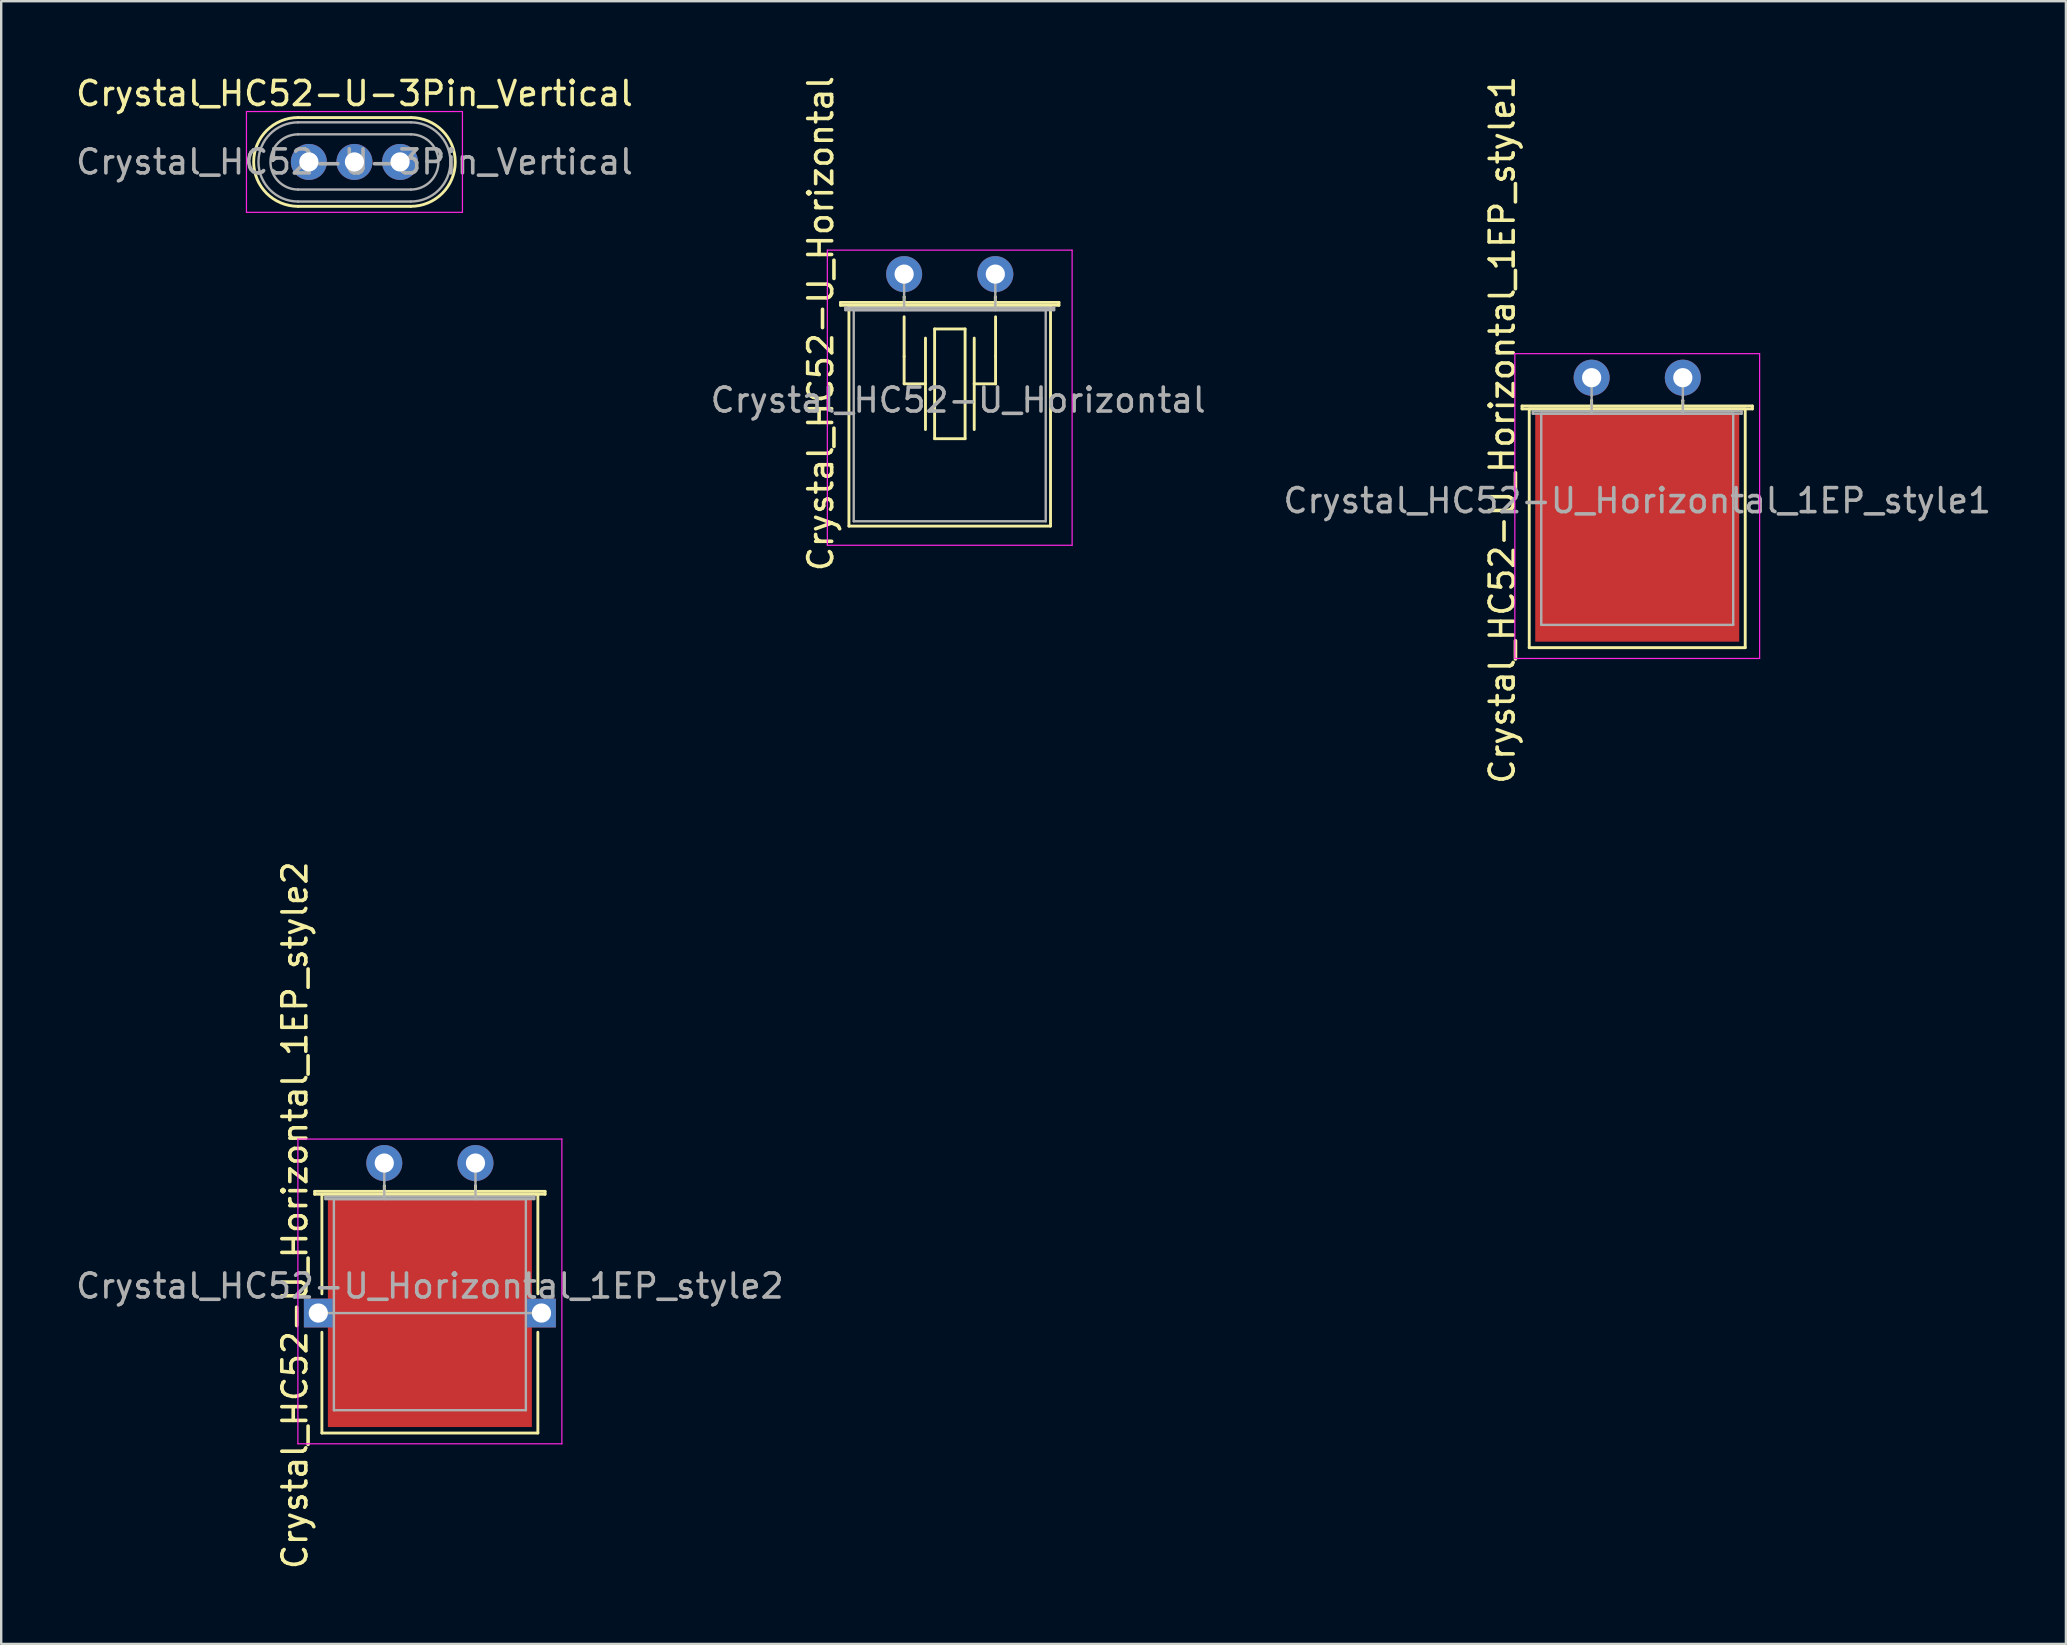
<source format=kicad_pcb>
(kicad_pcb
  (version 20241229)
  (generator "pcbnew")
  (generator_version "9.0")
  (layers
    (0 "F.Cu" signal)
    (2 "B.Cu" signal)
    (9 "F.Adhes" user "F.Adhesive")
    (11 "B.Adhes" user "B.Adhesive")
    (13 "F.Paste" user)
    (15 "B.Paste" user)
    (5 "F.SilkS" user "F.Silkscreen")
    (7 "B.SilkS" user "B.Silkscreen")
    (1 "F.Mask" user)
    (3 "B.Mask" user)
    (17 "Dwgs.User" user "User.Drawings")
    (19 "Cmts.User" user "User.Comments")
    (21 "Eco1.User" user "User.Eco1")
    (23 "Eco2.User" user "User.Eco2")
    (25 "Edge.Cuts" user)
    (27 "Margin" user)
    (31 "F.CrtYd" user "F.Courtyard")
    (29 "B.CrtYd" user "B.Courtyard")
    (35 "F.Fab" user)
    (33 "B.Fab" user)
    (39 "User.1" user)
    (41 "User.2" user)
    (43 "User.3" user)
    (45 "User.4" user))
  (footprint "Crystal_HC52-U_Horizontal_1EP_style1"
    (layer "F.Cu")
    (at 63.273 12.688)
    (property "Reference" "Crystal_HC52-U_Horizontal_1EP_style1" (at -3.725 2.175 90) (layer "F.SilkS") (effects (font (size 1 1) (thickness 0.15))))
    (attr through_hole)
    (fp_line (start -2.9 1.18) (end 6.7 1.18) (stroke (width 0.12) (type solid)) (layer "F.SilkS"))
    (fp_line (start -2.9 1.3) (end -2.9 1.18) (stroke (width 0.12) (type solid)) (layer "F.SilkS"))
    (fp_line (start -2.6 1.3) (end -2.6 11.25) (stroke (width 0.12) (type solid)) (layer "F.SilkS"))
    (fp_line (start -2.6 11.25) (end 6.4 11.25) (stroke (width 0.12) (type solid)) (layer "F.SilkS"))
    (fp_line (start 0 0.95) (end 0 0.95) (stroke (width 0.12) (type solid)) (layer "F.SilkS"))
    (fp_line (start 0 1.3) (end 0 0.95) (stroke (width 0.12) (type solid)) (layer "F.SilkS"))
    (fp_line (start 3.8 0.95) (end 3.8 0.95) (stroke (width 0.12) (type solid)) (layer "F.SilkS"))
    (fp_line (start 3.8 1.3) (end 3.8 0.95) (stroke (width 0.12) (type solid)) (layer "F.SilkS"))
    (fp_line (start 6.35 1.3) (end -2.55 1.3) (stroke (width 0.12) (type solid)) (layer "F.SilkS"))
    (fp_line (start 6.4 11.25) (end 6.4 1.3) (stroke (width 0.12) (type solid)) (layer "F.SilkS"))
    (fp_line (start 6.7 1.18) (end 6.7 1.3) (stroke (width 0.12) (type solid)) (layer "F.SilkS"))
    (fp_line (start 6.7 1.3) (end -2.9 1.3) (stroke (width 0.12) (type solid)) (layer "F.SilkS"))
    (fp_line (start -3.2 -1) (end -3.2 11.7) (stroke (width 0.05) (type solid)) (layer "F.CrtYd"))
    (fp_line (start -3.2 11.7) (end 7 11.7) (stroke (width 0.05) (type solid)) (layer "F.CrtYd"))
    (fp_line (start 7 -1) (end -3.2 -1) (stroke (width 0.05) (type solid)) (layer "F.CrtYd"))
    (fp_line (start 7 11.7) (end 7 -1) (stroke (width 0.05) (type solid)) (layer "F.CrtYd"))
    (fp_line (start -2.45 1.4) (end 6.25 1.4) (stroke (width 0.1) (type solid)) (layer "F.Fab"))
    (fp_line (start -2.45 1.5) (end -2.45 1.4) (stroke (width 0.1) (type solid)) (layer "F.Fab"))
    (fp_line (start -2.1 1.5) (end -2.1 10.3) (stroke (width 0.1) (type solid)) (layer "F.Fab"))
    (fp_line (start -2.1 10.3) (end 5.9 10.3) (stroke (width 0.1) (type solid)) (layer "F.Fab"))
    (fp_line (start 0 0.75) (end 0 0) (stroke (width 0.1) (type solid)) (layer "F.Fab"))
    (fp_line (start 0 1.5) (end 0 0.75) (stroke (width 0.1) (type solid)) (layer "F.Fab"))
    (fp_line (start 3.8 0.75) (end 3.8 0) (stroke (width 0.1) (type solid)) (layer "F.Fab"))
    (fp_line (start 3.8 1.5) (end 3.8 0.75) (stroke (width 0.1) (type solid)) (layer "F.Fab"))
    (fp_line (start 5.9 1.5) (end -2.1 1.5) (stroke (width 0.1) (type solid)) (layer "F.Fab"))
    (fp_line (start 5.9 10.3) (end 5.9 1.5) (stroke (width 0.1) (type solid)) (layer "F.Fab"))
    (fp_line (start 6.25 1.4) (end 6.25 1.5) (stroke (width 0.1) (type solid)) (layer "F.Fab"))
    (fp_line (start 6.25 1.5) (end -2.45 1.5) (stroke (width 0.1) (type solid)) (layer "F.Fab"))
    (fp_text user "${REFERENCE}" (at 1.9 5.125 0) (layer "F.Fab") (effects (font (size 1 1) (thickness 0.15))))
    (pad "1" thru_hole circle (at 0 0) (size 1.5 1.5) (drill 0.8) (layers "*.Cu" "*.Mask"))
    (pad "2" thru_hole circle (at 3.8 0) (size 1.5 1.5) (drill 0.8) (layers "*.Cu" "*.Mask"))
    (pad "3" smd rect (at 1.9 6.25) (size 8.5 9.5) (layers "F.Cu" "F.Mask" "F.Paste")))
  (footprint "Crystal_HC52-U-3Pin_Vertical"
    (layer "F.Cu")
    (at 9.82 3.698)
    (property "Reference" "Crystal_HC52-U-3Pin_Vertical" (at 1.9 -2.85 0) (layer "F.SilkS") (effects (font (size 1 1) (thickness 0.15))))
    (attr through_hole)
    (fp_line (start -0.45 -1.85) (end 4.25 -1.85) (stroke (width 0.12) (type solid)) (layer "F.SilkS"))
    (fp_line (start -0.45 1.85) (end 4.25 1.85) (stroke (width 0.12) (type solid)) (layer "F.SilkS"))
    (fp_arc (start -0.45 1.85) (mid -2.3 0) (end -0.45 -1.85) (stroke (width 0.12) (type solid)) (layer "F.SilkS"))
    (fp_arc (start 4.25 -1.85) (mid 6.1 0) (end 4.25 1.85) (stroke (width 0.12) (type solid)) (layer "F.SilkS"))
    (fp_line (start -2.6 -2.1) (end -2.6 2.1) (stroke (width 0.05) (type solid)) (layer "F.CrtYd"))
    (fp_line (start -2.6 2.1) (end 6.4 2.1) (stroke (width 0.05) (type solid)) (layer "F.CrtYd"))
    (fp_line (start 6.4 -2.1) (end -2.6 -2.1) (stroke (width 0.05) (type solid)) (layer "F.CrtYd"))
    (fp_line (start 6.4 2.1) (end 6.4 -2.1) (stroke (width 0.05) (type solid)) (layer "F.CrtYd"))
    (fp_line (start -0.45 -1.65) (end 4.25 -1.65) (stroke (width 0.1) (type solid)) (layer "F.Fab"))
    (fp_line (start -0.45 -1.15) (end 4.25 -1.15) (stroke (width 0.1) (type solid)) (layer "F.Fab"))
    (fp_line (start -0.45 1.15) (end 4.25 1.15) (stroke (width 0.1) (type solid)) (layer "F.Fab"))
    (fp_line (start -0.45 1.65) (end 4.25 1.65) (stroke (width 0.1) (type solid)) (layer "F.Fab"))
    (fp_arc (start -0.45 1.15) (mid -1.6 0) (end -0.45 -1.15) (stroke (width 0.1) (type solid)) (layer "F.Fab"))
    (fp_arc (start -0.45 1.65) (mid -2.1 0) (end -0.45 -1.65) (stroke (width 0.1) (type solid)) (layer "F.Fab"))
    (fp_arc (start 4.25 -1.65) (mid 5.9 0) (end 4.25 1.65) (stroke (width 0.1) (type solid)) (layer "F.Fab"))
    (fp_arc (start 4.25 -1.15) (mid 5.4 0) (end 4.25 1.15) (stroke (width 0.1) (type solid)) (layer "F.Fab"))
    (fp_text user "${REFERENCE}" (at 1.9 0 0) (layer "F.Fab") (effects (font (size 1 1) (thickness 0.15))))
    (pad "1" thru_hole circle (at 0 0) (size 1.5 1.5) (drill 0.8) (layers "*.Cu" "*.Mask"))
    (pad "2" thru_hole circle (at 1.9 0) (size 1.5 1.5) (drill 0.8) (layers "*.Cu" "*.Mask"))
    (pad "3" thru_hole circle (at 3.8 0) (size 1.5 1.5) (drill 0.8) (layers "*.Cu" "*.Mask")))
  (footprint "Crystal_HC52-U_Horizontal"
    (layer "F.Cu")
    (at 34.625 8.372)
    (property "Reference" "Crystal_HC52-U_Horizontal" (at -3.475 2.062 90) (layer "F.SilkS") (effects (font (size 1 1) (thickness 0.15))))
    (attr through_hole)
    (fp_line (start -2.65 1.18) (end 6.45 1.18) (stroke (width 0.12) (type solid)) (layer "F.SilkS"))
    (fp_line (start -2.65 1.3) (end -2.65 1.18) (stroke (width 0.12) (type solid)) (layer "F.SilkS"))
    (fp_line (start -2.3 1.3) (end -2.3 10.5) (stroke (width 0.12) (type solid)) (layer "F.SilkS"))
    (fp_line (start -2.3 10.5) (end 6.1 10.5) (stroke (width 0.12) (type solid)) (layer "F.SilkS"))
    (fp_line (start 0 0.95) (end 0 0.95) (stroke (width 0.12) (type solid)) (layer "F.SilkS"))
    (fp_line (start 0 1.3) (end 0 0.95) (stroke (width 0.12) (type solid)) (layer "F.SilkS"))
    (fp_line (start 0 1.778) (end 0 3.429) (stroke (width 0.12) (type solid)) (layer "F.SilkS"))
    (fp_line (start 0 3.429) (end 0 4.572) (stroke (width 0.12) (type solid)) (layer "F.SilkS"))
    (fp_line (start 0 4.572) (end 0.889 4.572) (stroke (width 0.12) (type solid)) (layer "F.SilkS"))
    (fp_line (start 0.889 4.572) (end 0.889 2.667) (stroke (width 0.12) (type solid)) (layer "F.SilkS"))
    (fp_line (start 0.889 6.477) (end 0.889 4.572) (stroke (width 0.12) (type solid)) (layer "F.SilkS"))
    (fp_line (start 1.27 2.286) (end 1.27 6.858) (stroke (width 0.12) (type solid)) (layer "F.SilkS"))
    (fp_line (start 1.27 6.858) (end 2.54 6.858) (stroke (width 0.12) (type solid)) (layer "F.SilkS"))
    (fp_line (start 2.54 2.286) (end 1.27 2.286) (stroke (width 0.12) (type solid)) (layer "F.SilkS"))
    (fp_line (start 2.54 6.858) (end 2.54 2.286) (stroke (width 0.12) (type solid)) (layer "F.SilkS"))
    (fp_line (start 2.921 2.667) (end 2.921 4.572) (stroke (width 0.12) (type solid)) (layer "F.SilkS"))
    (fp_line (start 2.921 4.572) (end 2.921 6.477) (stroke (width 0.12) (type solid)) (layer "F.SilkS"))
    (fp_line (start 3.8 0.95) (end 3.8 0.95) (stroke (width 0.12) (type solid)) (layer "F.SilkS"))
    (fp_line (start 3.8 1.3) (end 3.8 0.95) (stroke (width 0.12) (type solid)) (layer "F.SilkS"))
    (fp_line (start 3.81 1.778) (end 3.81 3.429) (stroke (width 0.12) (type solid)) (layer "F.SilkS"))
    (fp_line (start 3.81 3.429) (end 3.81 4.572) (stroke (width 0.12) (type solid)) (layer "F.SilkS"))
    (fp_line (start 3.81 4.572) (end 2.921 4.572) (stroke (width 0.12) (type solid)) (layer "F.SilkS"))
    (fp_line (start 6.1 1.3) (end -2.3 1.3) (stroke (width 0.12) (type solid)) (layer "F.SilkS"))
    (fp_line (start 6.1 10.5) (end 6.1 1.3) (stroke (width 0.12) (type solid)) (layer "F.SilkS"))
    (fp_line (start 6.45 1.18) (end 6.45 1.3) (stroke (width 0.12) (type solid)) (layer "F.SilkS"))
    (fp_line (start 6.45 1.3) (end -2.65 1.3) (stroke (width 0.12) (type solid)) (layer "F.SilkS"))
    (fp_line (start -3.2 -1) (end -3.2 11.3) (stroke (width 0.05) (type solid)) (layer "F.CrtYd"))
    (fp_line (start -3.2 11.3) (end 7 11.3) (stroke (width 0.05) (type solid)) (layer "F.CrtYd"))
    (fp_line (start 7 -1) (end -3.2 -1) (stroke (width 0.05) (type solid)) (layer "F.CrtYd"))
    (fp_line (start 7 11.3) (end 7 -1) (stroke (width 0.05) (type solid)) (layer "F.CrtYd"))
    (fp_line (start -2.45 1.4) (end 6.25 1.4) (stroke (width 0.1) (type solid)) (layer "F.Fab"))
    (fp_line (start -2.45 1.5) (end -2.45 1.4) (stroke (width 0.1) (type solid)) (layer "F.Fab"))
    (fp_line (start -2.1 1.5) (end -2.1 10.3) (stroke (width 0.1) (type solid)) (layer "F.Fab"))
    (fp_line (start -2.1 10.3) (end 5.9 10.3) (stroke (width 0.1) (type solid)) (layer "F.Fab"))
    (fp_line (start 0 0.75) (end 0 0) (stroke (width 0.1) (type solid)) (layer "F.Fab"))
    (fp_line (start 0 1.5) (end 0 0.75) (stroke (width 0.1) (type solid)) (layer "F.Fab"))
    (fp_line (start 3.8 0.75) (end 3.8 0) (stroke (width 0.1) (type solid)) (layer "F.Fab"))
    (fp_line (start 3.8 1.5) (end 3.8 0.75) (stroke (width 0.1) (type solid)) (layer "F.Fab"))
    (fp_line (start 5.9 1.5) (end -2.1 1.5) (stroke (width 0.1) (type solid)) (layer "F.Fab"))
    (fp_line (start 5.9 10.3) (end 5.9 1.5) (stroke (width 0.1) (type solid)) (layer "F.Fab"))
    (fp_line (start 6.25 1.4) (end 6.25 1.5) (stroke (width 0.1) (type solid)) (layer "F.Fab"))
    (fp_line (start 6.25 1.5) (end -2.45 1.5) (stroke (width 0.1) (type solid)) (layer "F.Fab"))
    (fp_text user "${REFERENCE}" (at 2.25 5.25 0) (layer "F.Fab") (effects (font (size 1 1) (thickness 0.15))))
    (pad "1" thru_hole circle (at 0 0) (size 1.5 1.5) (drill 0.8) (layers "*.Cu" "*.Mask"))
    (pad "2" thru_hole circle (at 3.8 0) (size 1.5 1.5) (drill 0.8) (layers "*.Cu" "*.Mask")))
  (footprint "Crystal_HC52-U_Horizontal_1EP_style2"
    (layer "F.Cu")
    (at 12.963 45.414)
    (property "Reference" "Crystal_HC52-U_Horizontal_1EP_style2" (at -3.725 2.175 90) (layer "F.SilkS") (effects (font (size 1 1) (thickness 0.15))))
    (attr through_hole)
    (fp_line (start -2.9 1.18) (end 6.7 1.18) (stroke (width 0.12) (type solid)) (layer "F.SilkS"))
    (fp_line (start -2.9 1.3) (end -2.9 1.18) (stroke (width 0.12) (type solid)) (layer "F.SilkS"))
    (fp_line (start -2.6 5.45) (end -2.6 1.3) (stroke (width 0.12) (type solid)) (layer "F.SilkS"))
    (fp_line (start -2.6 7.05) (end -2.6 11.25) (stroke (width 0.12) (type solid)) (layer "F.SilkS"))
    (fp_line (start -2.6 11.25) (end 6.4 11.25) (stroke (width 0.12) (type solid)) (layer "F.SilkS"))
    (fp_line (start -2.55 1.3) (end 6.35 1.3) (stroke (width 0.12) (type solid)) (layer "F.SilkS"))
    (fp_line (start 0 0.95) (end 0 0.95) (stroke (width 0.12) (type solid)) (layer "F.SilkS"))
    (fp_line (start 0 1.3) (end 0 0.95) (stroke (width 0.12) (type solid)) (layer "F.SilkS"))
    (fp_line (start 3.8 0.95) (end 3.8 0.95) (stroke (width 0.12) (type solid)) (layer "F.SilkS"))
    (fp_line (start 3.8 1.3) (end 3.8 0.95) (stroke (width 0.12) (type solid)) (layer "F.SilkS"))
    (fp_line (start 6.4 1.3) (end 6.4 5.45) (stroke (width 0.12) (type solid)) (layer "F.SilkS"))
    (fp_line (start 6.4 11.25) (end 6.4 7.05) (stroke (width 0.12) (type solid)) (layer "F.SilkS"))
    (fp_line (start 6.7 1.18) (end 6.7 1.3) (stroke (width 0.12) (type solid)) (layer "F.SilkS"))
    (fp_line (start 6.7 1.3) (end -2.9 1.3) (stroke (width 0.12) (type solid)) (layer "F.SilkS"))
    (fp_line (start -3.6 -1) (end -3.6 11.7) (stroke (width 0.05) (type solid)) (layer "F.CrtYd"))
    (fp_line (start -3.6 11.7) (end 7.4 11.7) (stroke (width 0.05) (type solid)) (layer "F.CrtYd"))
    (fp_line (start 7.4 -1) (end -3.6 -1) (stroke (width 0.05) (type solid)) (layer "F.CrtYd"))
    (fp_line (start 7.4 11.7) (end 7.4 -1) (stroke (width 0.05) (type solid)) (layer "F.CrtYd"))
    (fp_line (start -2.75 6.25) (end 6.55 6.25) (stroke (width 0.1) (type solid)) (layer "F.Fab"))
    (fp_line (start -2.45 1.4) (end 6.25 1.4) (stroke (width 0.1) (type solid)) (layer "F.Fab"))
    (fp_line (start -2.45 1.5) (end -2.45 1.4) (stroke (width 0.1) (type solid)) (layer "F.Fab"))
    (fp_line (start -2.1 1.5) (end -2.1 10.3) (stroke (width 0.1) (type solid)) (layer "F.Fab"))
    (fp_line (start -2.1 10.3) (end 5.9 10.3) (stroke (width 0.1) (type solid)) (layer "F.Fab"))
    (fp_line (start 0 0.75) (end 0 0) (stroke (width 0.1) (type solid)) (layer "F.Fab"))
    (fp_line (start 0 1.5) (end 0 0.75) (stroke (width 0.1) (type solid)) (layer "F.Fab"))
    (fp_line (start 3.8 0.75) (end 3.8 0) (stroke (width 0.1) (type solid)) (layer "F.Fab"))
    (fp_line (start 3.8 1.5) (end 3.8 0.75) (stroke (width 0.1) (type solid)) (layer "F.Fab"))
    (fp_line (start 5.9 1.5) (end -2.1 1.5) (stroke (width 0.1) (type solid)) (layer "F.Fab"))
    (fp_line (start 5.9 10.3) (end 5.9 1.5) (stroke (width 0.1) (type solid)) (layer "F.Fab"))
    (fp_line (start 6.25 1.4) (end 6.25 1.5) (stroke (width 0.1) (type solid)) (layer "F.Fab"))
    (fp_line (start 6.25 1.5) (end -2.45 1.5) (stroke (width 0.1) (type solid)) (layer "F.Fab"))
    (fp_text user "${REFERENCE}" (at 1.9 5.125 0) (layer "F.Fab") (effects (font (size 1 1) (thickness 0.15))))
    (pad "1" thru_hole circle (at 0 0) (size 1.5 1.5) (drill 0.8) (layers "*.Cu" "*.Mask"))
    (pad "2" thru_hole circle (at 3.8 0) (size 1.5 1.5) (drill 0.8) (layers "*.Cu" "*.Mask"))
    (pad "3" thru_hole rect (at -2.75 6.25) (size 1.2 1.2) (drill 0.8) (layers "*.Cu" "*.Mask"))
    (pad "3" smd rect (at 1.9 6.25) (size 8.5 9.5) (layers "F.Cu" "F.Mask" "F.Paste"))
    (pad "3" thru_hole rect (at 6.55 6.25) (size 1.2 1.2) (drill 0.8) (layers "*.Cu" "*.Mask")))
  (gr_rect
    (start -3 -3)
    (end 83.036 65.452)
    (stroke (width 0.1) (type default))
    (fill no)
    (layer "Edge.Cuts")))
</source>
